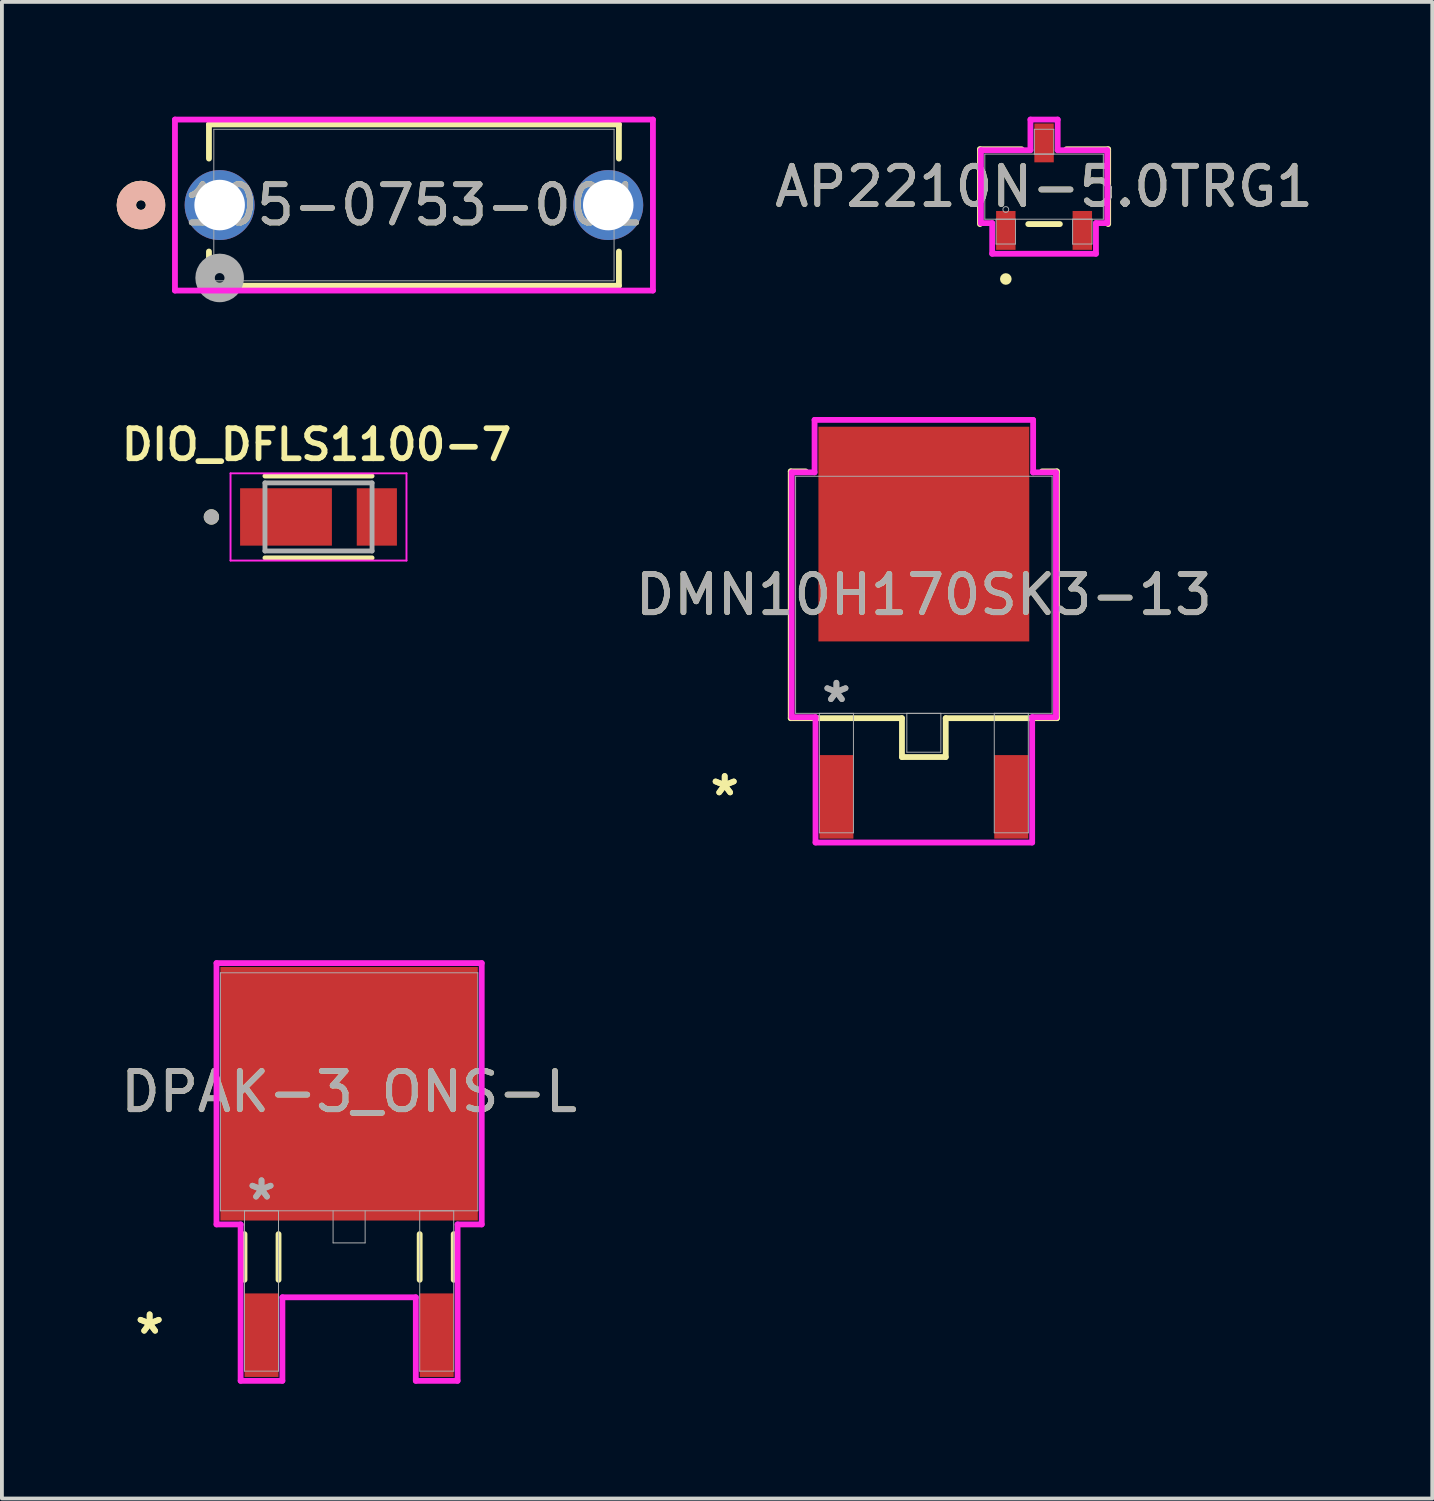
<source format=kicad_pcb>
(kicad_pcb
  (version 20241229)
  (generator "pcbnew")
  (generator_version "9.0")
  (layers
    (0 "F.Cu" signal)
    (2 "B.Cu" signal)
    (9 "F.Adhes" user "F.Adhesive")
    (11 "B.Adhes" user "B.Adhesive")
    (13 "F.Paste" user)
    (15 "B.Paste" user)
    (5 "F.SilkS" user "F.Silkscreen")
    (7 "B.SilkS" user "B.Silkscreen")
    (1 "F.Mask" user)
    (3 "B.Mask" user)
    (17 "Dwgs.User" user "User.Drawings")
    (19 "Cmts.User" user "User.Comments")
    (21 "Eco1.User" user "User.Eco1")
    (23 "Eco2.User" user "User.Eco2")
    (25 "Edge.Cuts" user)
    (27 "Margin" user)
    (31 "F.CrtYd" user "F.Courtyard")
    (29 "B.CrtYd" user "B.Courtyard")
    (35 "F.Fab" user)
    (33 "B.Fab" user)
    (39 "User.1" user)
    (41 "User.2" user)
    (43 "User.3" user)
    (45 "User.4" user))
  (footprint "DMN10H170SK3-13"
    (layer "F.Cu")
    (at 21.103 12.5)
    (property "Reference" "DMN10H170SK3-13" (at 0 0 0) (unlocked yes) (layer "F.SilkS") (effects (font (size 1 1) (thickness 0.15))))
    (attr smd)
    (fp_line (start -3.48 -3.226) (end -3.48 3.226) (stroke (width 0.152) (type solid)) (layer "F.SilkS"))
    (fp_line (start -3.48 3.226) (end -0.572 3.226) (stroke (width 0.152) (type solid)) (layer "F.SilkS"))
    (fp_line (start -3.089 -3.226) (end -3.48 -3.226) (stroke (width 0.152) (type solid)) (layer "F.SilkS"))
    (fp_line (start -0.572 3.226) (end -0.572 4.242) (stroke (width 0.152) (type solid)) (layer "F.SilkS"))
    (fp_line (start -0.572 4.242) (end 0.572 4.242) (stroke (width 0.152) (type solid)) (layer "F.SilkS"))
    (fp_line (start 0.572 3.226) (end 3.48 3.226) (stroke (width 0.152) (type solid)) (layer "F.SilkS"))
    (fp_line (start 0.572 4.242) (end 0.572 3.226) (stroke (width 0.152) (type solid)) (layer "F.SilkS"))
    (fp_line (start 3.48 -3.226) (end 3.089 -3.226) (stroke (width 0.152) (type solid)) (layer "F.SilkS"))
    (fp_line (start 3.48 3.226) (end 3.48 -3.226) (stroke (width 0.152) (type solid)) (layer "F.SilkS"))
    (fp_line (start -3.454 -3.2) (end -2.857 -3.2) (stroke (width 0.152) (type solid)) (layer "F.CrtYd"))
    (fp_line (start -3.454 3.2) (end -3.454 -3.2) (stroke (width 0.152) (type solid)) (layer "F.CrtYd"))
    (fp_line (start -2.857 -4.572) (end 2.857 -4.572) (stroke (width 0.152) (type solid)) (layer "F.CrtYd"))
    (fp_line (start -2.857 -3.2) (end -2.857 -4.572) (stroke (width 0.152) (type solid)) (layer "F.CrtYd"))
    (fp_line (start -2.832 3.2) (end -3.454 3.2) (stroke (width 0.152) (type solid)) (layer "F.CrtYd"))
    (fp_line (start -2.832 6.477) (end -2.832 3.2) (stroke (width 0.152) (type solid)) (layer "F.CrtYd"))
    (fp_line (start 2.832 3.2) (end 2.832 6.477) (stroke (width 0.152) (type solid)) (layer "F.CrtYd"))
    (fp_line (start 2.832 6.477) (end -2.832 6.477) (stroke (width 0.152) (type solid)) (layer "F.CrtYd"))
    (fp_line (start 2.857 -4.572) (end 2.857 -3.2) (stroke (width 0.152) (type solid)) (layer "F.CrtYd"))
    (fp_line (start 2.857 -3.2) (end 3.454 -3.2) (stroke (width 0.152) (type solid)) (layer "F.CrtYd"))
    (fp_line (start 3.454 -3.2) (end 3.454 3.2) (stroke (width 0.152) (type solid)) (layer "F.CrtYd"))
    (fp_line (start 3.454 3.2) (end 2.832 3.2) (stroke (width 0.152) (type solid)) (layer "F.CrtYd"))
    (fp_line (start -3.353 -3.099) (end -3.353 3.099) (stroke (width 0.025) (type solid)) (layer "F.Fab"))
    (fp_line (start -3.353 3.099) (end 3.353 3.099) (stroke (width 0.025) (type solid)) (layer "F.Fab"))
    (fp_line (start -2.731 3.099) (end -2.731 6.223) (stroke (width 0.025) (type solid)) (layer "F.Fab"))
    (fp_line (start -2.731 6.223) (end -1.841 6.223) (stroke (width 0.025) (type solid)) (layer "F.Fab"))
    (fp_line (start -1.841 3.099) (end -2.731 3.099) (stroke (width 0.025) (type solid)) (layer "F.Fab"))
    (fp_line (start -1.841 6.223) (end -1.841 3.099) (stroke (width 0.025) (type solid)) (layer "F.Fab"))
    (fp_line (start -0.445 3.099) (end -0.445 4.115) (stroke (width 0.025) (type solid)) (layer "F.Fab"))
    (fp_line (start -0.445 4.115) (end 0.445 4.115) (stroke (width 0.025) (type solid)) (layer "F.Fab"))
    (fp_line (start 0.445 3.099) (end -0.445 3.099) (stroke (width 0.025) (type solid)) (layer "F.Fab"))
    (fp_line (start 0.445 4.115) (end 0.445 3.099) (stroke (width 0.025) (type solid)) (layer "F.Fab"))
    (fp_line (start 1.841 3.099) (end 1.841 6.223) (stroke (width 0.025) (type solid)) (layer "F.Fab"))
    (fp_line (start 1.841 6.223) (end 2.731 6.223) (stroke (width 0.025) (type solid)) (layer "F.Fab"))
    (fp_line (start 2.731 3.099) (end 1.841 3.099) (stroke (width 0.025) (type solid)) (layer "F.Fab"))
    (fp_line (start 2.731 6.223) (end 2.731 3.099) (stroke (width 0.025) (type solid)) (layer "F.Fab"))
    (fp_line (start 3.353 -3.099) (end -3.353 -3.099) (stroke (width 0.025) (type solid)) (layer "F.Fab"))
    (fp_line (start 3.353 3.099) (end 3.353 -3.099) (stroke (width 0.025) (type solid)) (layer "F.Fab"))
    (fp_text user "*" (at -5.207 5.283 0) (layer "F.SilkS") (effects (font (size 1 1) (thickness 0.15))))
    (fp_text user "*" (at -5.207 5.283 0) (unlocked yes) (layer "F.SilkS") (effects (font (size 1 1) (thickness 0.15))))
    (fp_text user "*" (at -2.286 2.845 0) (layer "F.Fab") (effects (font (size 1 1) (thickness 0.15))))
    (fp_text user "${REFERENCE}" (at 0 0 0) (unlocked yes) (layer "F.Fab") (effects (font (size 1 1) (thickness 0.15))))
    (fp_text user "*" (at -2.286 2.845 0) (unlocked yes) (layer "F.Fab") (effects (font (size 1 1) (thickness 0.15))))
    (pad "1" smd rect (at -2.286 5.283) (size 0.889 2.184) (layers "F.Cu" "F.Mask" "F.Paste"))
    (pad "2" smd rect (at 0 -1.587) (size 5.512 5.613) (layers "F.Cu" "F.Mask" "F.Paste"))
    (pad "3" smd rect (at 2.286 5.283) (size 0.889 2.184) (layers "F.Cu" "F.Mask" "F.Paste")))
  (footprint "AP2210N-5.0TRG1"
    (layer "F.Cu")
    (at 24.246 1.83)
    (property "Reference" "AP2210N-5.0TRG1" (at 0 0 0) (unlocked yes) (layer "F.SilkS") (effects (font (size 1 1) (thickness 0.15))))
    (attr smd)
    (fp_line (start -1.676 -0.978) (end -1.676 0.978) (stroke (width 0.152) (type solid)) (layer "F.SilkS"))
    (fp_line (start -0.587 -0.978) (end -1.676 -0.978) (stroke (width 0.152) (type solid)) (layer "F.SilkS"))
    (fp_line (start -0.413 0.978) (end 0.413 0.978) (stroke (width 0.152) (type solid)) (layer "F.SilkS"))
    (fp_line (start 1.676 -0.978) (end 0.587 -0.978) (stroke (width 0.152) (type solid)) (layer "F.SilkS"))
    (fp_line (start 1.676 0.978) (end 1.676 -0.978) (stroke (width 0.152) (type solid)) (layer "F.SilkS"))
    (fp_circle (center -1 2.414) (end -0.924 2.414) (stroke (width 0.152) (type solid)) (fill no) (layer "F.SilkS"))
    (fp_line (start -1.651 -0.953) (end -0.356 -0.953) (stroke (width 0.152) (type solid)) (layer "F.CrtYd"))
    (fp_line (start -1.651 0.953) (end -1.651 -0.953) (stroke (width 0.152) (type solid)) (layer "F.CrtYd"))
    (fp_line (start -1.651 0.953) (end -1.356 0.953) (stroke (width 0.152) (type solid)) (layer "F.CrtYd"))
    (fp_line (start -1.356 0.953) (end -1.356 1.754) (stroke (width 0.152) (type solid)) (layer "F.CrtYd"))
    (fp_line (start -1.356 1.754) (end 1.356 1.754) (stroke (width 0.152) (type solid)) (layer "F.CrtYd"))
    (fp_line (start -0.356 -1.754) (end 0.356 -1.754) (stroke (width 0.152) (type solid)) (layer "F.CrtYd"))
    (fp_line (start -0.356 -0.953) (end -0.356 -1.754) (stroke (width 0.152) (type solid)) (layer "F.CrtYd"))
    (fp_line (start 0.356 -0.953) (end 0.356 -1.754) (stroke (width 0.152) (type solid)) (layer "F.CrtYd"))
    (fp_line (start 1.356 0.953) (end 1.356 1.754) (stroke (width 0.152) (type solid)) (layer "F.CrtYd"))
    (fp_line (start 1.651 -0.953) (end 0.356 -0.953) (stroke (width 0.152) (type solid)) (layer "F.CrtYd"))
    (fp_line (start 1.651 -0.953) (end 1.651 0.953) (stroke (width 0.152) (type solid)) (layer "F.CrtYd"))
    (fp_line (start 1.651 0.953) (end 1.356 0.953) (stroke (width 0.152) (type solid)) (layer "F.CrtYd"))
    (fp_line (start -1.549 -0.851) (end -1.549 0.851) (stroke (width 0.025) (type solid)) (layer "F.Fab"))
    (fp_line (start -1.549 0.851) (end 1.549 0.851) (stroke (width 0.025) (type solid)) (layer "F.Fab"))
    (fp_line (start -1.254 0.851) (end -1.254 1.5) (stroke (width 0.025) (type solid)) (layer "F.Fab"))
    (fp_line (start -1.254 1.5) (end -0.746 1.5) (stroke (width 0.025) (type solid)) (layer "F.Fab"))
    (fp_line (start -0.746 0.851) (end -1.254 0.851) (stroke (width 0.025) (type solid)) (layer "F.Fab"))
    (fp_line (start -0.746 1.5) (end -0.746 0.851) (stroke (width 0.025) (type solid)) (layer "F.Fab"))
    (fp_line (start -0.254 -1.5) (end -0.254 -0.851) (stroke (width 0.025) (type solid)) (layer "F.Fab"))
    (fp_line (start -0.254 -0.851) (end 0.254 -0.851) (stroke (width 0.025) (type solid)) (layer "F.Fab"))
    (fp_line (start 0.254 -1.5) (end -0.254 -1.5) (stroke (width 0.025) (type solid)) (layer "F.Fab"))
    (fp_line (start 0.254 -0.851) (end 0.254 -1.5) (stroke (width 0.025) (type solid)) (layer "F.Fab"))
    (fp_line (start 0.746 0.851) (end 0.746 1.5) (stroke (width 0.025) (type solid)) (layer "F.Fab"))
    (fp_line (start 0.746 1.5) (end 1.254 1.5) (stroke (width 0.025) (type solid)) (layer "F.Fab"))
    (fp_line (start 1.254 0.851) (end 0.746 0.851) (stroke (width 0.025) (type solid)) (layer "F.Fab"))
    (fp_line (start 1.254 1.5) (end 1.254 0.851) (stroke (width 0.025) (type solid)) (layer "F.Fab"))
    (fp_line (start 1.549 -0.851) (end -1.549 -0.851) (stroke (width 0.025) (type solid)) (layer "F.Fab"))
    (fp_line (start 1.549 0.851) (end 1.549 -0.851) (stroke (width 0.025) (type solid)) (layer "F.Fab"))
    (fp_circle (center -1 0.597) (end -0.924 0.597) (stroke (width 0.025) (type solid)) (fill no) (layer "F.Fab"))
    (fp_text user "${REFERENCE}" (at 0 0 0) (unlocked yes) (layer "F.Fab") (effects (font (size 1 1) (thickness 0.15))))
    (pad "1" smd rect (at -1 1.144) (size 0.508 1.016) (layers "F.Cu" "F.Mask" "F.Paste"))
    (pad "2" smd rect (at 1 1.144) (size 0.508 1.016) (layers "F.Cu" "F.Mask" "F.Paste"))
    (pad "3" smd rect (at 0 -1.144) (size 0.508 1.016) (layers "F.Cu" "F.Mask" "F.Paste")))
  (footprint "105-0753-001"
    (layer "F.Cu")
    (at 2.692 2.311)
    (property "Reference" "105-0753-001" (at 5.08 0 0) (unlocked yes) (layer "F.SilkS") (effects (font (size 1 1) (thickness 0.15))))
    (attr through_hole)
    (fp_line (start -0.279 -2.108) (end -0.279 -1.215) (stroke (width 0.152) (type solid)) (layer "F.SilkS"))
    (fp_line (start -0.279 1.215) (end -0.279 2.108) (stroke (width 0.152) (type solid)) (layer "F.SilkS"))
    (fp_line (start -0.279 2.108) (end 10.439 2.108) (stroke (width 0.152) (type solid)) (layer "F.SilkS"))
    (fp_line (start 10.439 -2.108) (end -0.279 -2.108) (stroke (width 0.152) (type solid)) (layer "F.SilkS"))
    (fp_line (start 10.439 -1.215) (end 10.439 -2.108) (stroke (width 0.152) (type solid)) (layer "F.SilkS"))
    (fp_line (start 10.439 2.108) (end 10.439 1.215) (stroke (width 0.152) (type solid)) (layer "F.SilkS"))
    (fp_circle (center -2.057 0) (end -1.676 0) (stroke (width 0.508) (type solid)) (fill no) (layer "F.SilkS"))
    (fp_circle (center -2.057 0) (end -1.676 0) (stroke (width 0.508) (type solid)) (fill no) (layer "B.SilkS"))
    (fp_line (start -1.168 -2.235) (end -1.168 2.235) (stroke (width 0.152) (type solid)) (layer "F.CrtYd"))
    (fp_line (start -1.168 2.235) (end 11.328 2.235) (stroke (width 0.152) (type solid)) (layer "F.CrtYd"))
    (fp_line (start 11.328 -2.235) (end -1.168 -2.235) (stroke (width 0.152) (type solid)) (layer "F.CrtYd"))
    (fp_line (start 11.328 2.235) (end 11.328 -2.235) (stroke (width 0.152) (type solid)) (layer "F.CrtYd"))
    (fp_line (start -0.152 -1.981) (end -0.152 1.981) (stroke (width 0.025) (type solid)) (layer "F.Fab"))
    (fp_line (start -0.152 1.981) (end 10.312 1.981) (stroke (width 0.025) (type solid)) (layer "F.Fab"))
    (fp_line (start 10.312 -1.981) (end -0.152 -1.981) (stroke (width 0.025) (type solid)) (layer "F.Fab"))
    (fp_line (start 10.312 1.981) (end 10.312 -1.981) (stroke (width 0.025) (type solid)) (layer "F.Fab"))
    (fp_circle (center 0 1.905) (end 0.381 1.905) (stroke (width 0.508) (type solid)) (fill no) (layer "F.Fab"))
    (fp_text user "${REFERENCE}" (at 5.08 0 0) (unlocked yes) (layer "F.Fab") (effects (font (size 1 1) (thickness 0.15))))
    (pad "1" thru_hole circle (at 0 0) (size 1.829 1.829) (drill 1.321) (layers "*.Cu" "*.Mask"))
    (pad "2" thru_hole circle (at 10.16 0) (size 1.829 1.829) (drill 1.321) (layers "*.Cu" "*.Mask")))
  (footprint "DPAK-3_ONS-L"
    (layer "F.Cu")
    (at 6.077 25.494)
    (property "Reference" "DPAK-3_ONS-L" (at 0 0 0) (unlocked yes) (layer "F.SilkS") (effects (font (size 1 1) (thickness 0.15))))
    (attr smd)
    (fp_line (start -2.735 3.721) (end -2.735 4.915) (stroke (width 0.152) (type solid)) (layer "F.SilkS"))
    (fp_line (start -1.845 3.721) (end -1.845 4.915) (stroke (width 0.152) (type solid)) (layer "F.SilkS"))
    (fp_line (start 1.845 3.721) (end 1.845 4.915) (stroke (width 0.152) (type solid)) (layer "F.SilkS"))
    (fp_line (start 2.735 3.721) (end 2.735 4.915) (stroke (width 0.152) (type solid)) (layer "F.SilkS"))
    (fp_line (start -3.467 -3.365) (end 3.467 -3.365) (stroke (width 0.152) (type solid)) (layer "F.CrtYd"))
    (fp_line (start -3.467 3.467) (end -3.467 -3.365) (stroke (width 0.152) (type solid)) (layer "F.CrtYd"))
    (fp_line (start -2.836 3.467) (end -3.467 3.467) (stroke (width 0.152) (type solid)) (layer "F.CrtYd"))
    (fp_line (start -2.836 7.556) (end -2.836 3.467) (stroke (width 0.152) (type solid)) (layer "F.CrtYd"))
    (fp_line (start -1.744 5.372) (end -1.744 7.556) (stroke (width 0.152) (type solid)) (layer "F.CrtYd"))
    (fp_line (start -1.744 7.556) (end -2.836 7.556) (stroke (width 0.152) (type solid)) (layer "F.CrtYd"))
    (fp_line (start 1.744 5.372) (end -1.744 5.372) (stroke (width 0.152) (type solid)) (layer "F.CrtYd"))
    (fp_line (start 1.744 7.556) (end 1.744 5.372) (stroke (width 0.152) (type solid)) (layer "F.CrtYd"))
    (fp_line (start 2.836 3.467) (end 2.836 7.556) (stroke (width 0.152) (type solid)) (layer "F.CrtYd"))
    (fp_line (start 2.836 7.556) (end 1.744 7.556) (stroke (width 0.152) (type solid)) (layer "F.CrtYd"))
    (fp_line (start 3.467 -3.365) (end 3.467 3.467) (stroke (width 0.152) (type solid)) (layer "F.CrtYd"))
    (fp_line (start 3.467 3.467) (end 2.836 3.467) (stroke (width 0.152) (type solid)) (layer "F.CrtYd"))
    (fp_line (start -3.365 -3.111) (end -3.365 3.111) (stroke (width 0.025) (type solid)) (layer "F.Fab"))
    (fp_line (start -3.365 3.111) (end 3.365 3.111) (stroke (width 0.025) (type solid)) (layer "F.Fab"))
    (fp_line (start -2.735 3.111) (end -2.735 7.303) (stroke (width 0.025) (type solid)) (layer "F.Fab"))
    (fp_line (start -2.735 7.303) (end -1.846 7.303) (stroke (width 0.025) (type solid)) (layer "F.Fab"))
    (fp_line (start -1.846 3.111) (end -2.735 3.111) (stroke (width 0.025) (type solid)) (layer "F.Fab"))
    (fp_line (start -1.846 7.303) (end -1.846 3.111) (stroke (width 0.025) (type solid)) (layer "F.Fab"))
    (fp_line (start -0.419 3.111) (end -0.419 3.95) (stroke (width 0.025) (type solid)) (layer "F.Fab"))
    (fp_line (start -0.419 3.95) (end 0.419 3.95) (stroke (width 0.025) (type solid)) (layer "F.Fab"))
    (fp_line (start 0.419 3.95) (end 0.419 3.111) (stroke (width 0.025) (type solid)) (layer "F.Fab"))
    (fp_line (start 1.846 3.111) (end 1.846 7.303) (stroke (width 0.025) (type solid)) (layer "F.Fab"))
    (fp_line (start 1.846 7.303) (end 2.735 7.303) (stroke (width 0.025) (type solid)) (layer "F.Fab"))
    (fp_line (start 2.735 3.111) (end 1.846 3.111) (stroke (width 0.025) (type solid)) (layer "F.Fab"))
    (fp_line (start 2.735 7.303) (end 2.735 3.111) (stroke (width 0.025) (type solid)) (layer "F.Fab"))
    (fp_line (start 3.365 -3.111) (end -3.365 -3.111) (stroke (width 0.025) (type solid)) (layer "F.Fab"))
    (fp_line (start 3.365 3.111) (end 3.365 -3.111) (stroke (width 0.025) (type solid)) (layer "F.Fab"))
    (fp_text user "*" (at -5.215 6.363 0) (unlocked yes) (layer "F.SilkS") (effects (font (size 1 1) (thickness 0.15))))
    (fp_text user "*" (at -5.215 6.363 0) (layer "F.SilkS") (effects (font (size 1 1) (thickness 0.15))))
    (fp_text user "*" (at -2.29 2.857 0) (unlocked yes) (layer "F.Fab") (effects (font (size 1 1) (thickness 0.15))))
    (fp_text user "*" (at -2.29 2.857 0) (layer "F.Fab") (effects (font (size 1 1) (thickness 0.15))))
    (fp_text user "${REFERENCE}" (at 0 0 0) (unlocked yes) (layer "F.Fab") (effects (font (size 1 1) (thickness 0.15))))
    (pad "1" smd rect (at -2.29 6.363) (size 0.889 2.184) (layers "F.Cu" "F.Mask" "F.Paste"))
    (pad "2" smd rect (at 0 0.051) (size 6.731 6.629) (layers "F.Cu" "F.Mask" "F.Paste"))
    (pad "3" smd rect (at 2.29 6.363) (size 0.889 2.184) (layers "F.Cu" "F.Mask" "F.Paste")))
  (footprint "DIO_DFLS1100-7"
    (layer "F.Cu")
    (at 5.277 10.465)
    (property "Reference" "DIO_DFLS1100-7" (at -0.05 -1.89 0) (layer "F.SilkS") (effects (font (size 0.787 0.787) (thickness 0.15))))
    (attr smd)
    (fp_line (start -1.4 -1.07) (end 1.4 -1.07) (stroke (width 0.127) (type solid)) (layer "F.SilkS"))
    (fp_line (start -1.4 1.07) (end 1.4 1.07) (stroke (width 0.127) (type solid)) (layer "F.SilkS"))
    (fp_circle (center -2.8 0) (end -2.7 0) (stroke (width 0.2) (type solid)) (fill no) (layer "F.SilkS"))
    (fp_line (start -2.3 -1.14) (end -2.3 1.14) (stroke (width 0.05) (type solid)) (layer "F.CrtYd"))
    (fp_line (start -2.3 1.14) (end 2.3 1.14) (stroke (width 0.05) (type solid)) (layer "F.CrtYd"))
    (fp_line (start 2.3 -1.14) (end -2.3 -1.14) (stroke (width 0.05) (type solid)) (layer "F.CrtYd"))
    (fp_line (start 2.3 1.14) (end 2.3 -1.14) (stroke (width 0.05) (type solid)) (layer "F.CrtYd"))
    (fp_line (start -1.4 -0.89) (end -1.4 0.89) (stroke (width 0.127) (type solid)) (layer "F.Fab"))
    (fp_line (start -1.4 0.89) (end 1.4 0.89) (stroke (width 0.127) (type solid)) (layer "F.Fab"))
    (fp_line (start 1.4 -0.89) (end -1.4 -0.89) (stroke (width 0.127) (type solid)) (layer "F.Fab"))
    (fp_line (start 1.4 0.89) (end 1.4 -0.89) (stroke (width 0.127) (type solid)) (layer "F.Fab"))
    (fp_circle (center -2.8 0) (end -2.7 0) (stroke (width 0.2) (type solid)) (fill no) (layer "F.Fab"))
    (pad "A" smd rect (at 1.525 0) (size 1.05 1.5) (layers "F.Cu" "F.Mask" "F.Paste"))
    (pad "K" smd rect (at -0.85 0) (size 2.4 1.5) (layers "F.Cu" "F.Mask" "F.Paste")))
  (gr_rect
    (start -3 -3)
    (end 34.395 36.127)
    (stroke (width 0.1) (type default))
    (fill no)
    (layer "Edge.Cuts")))
</source>
